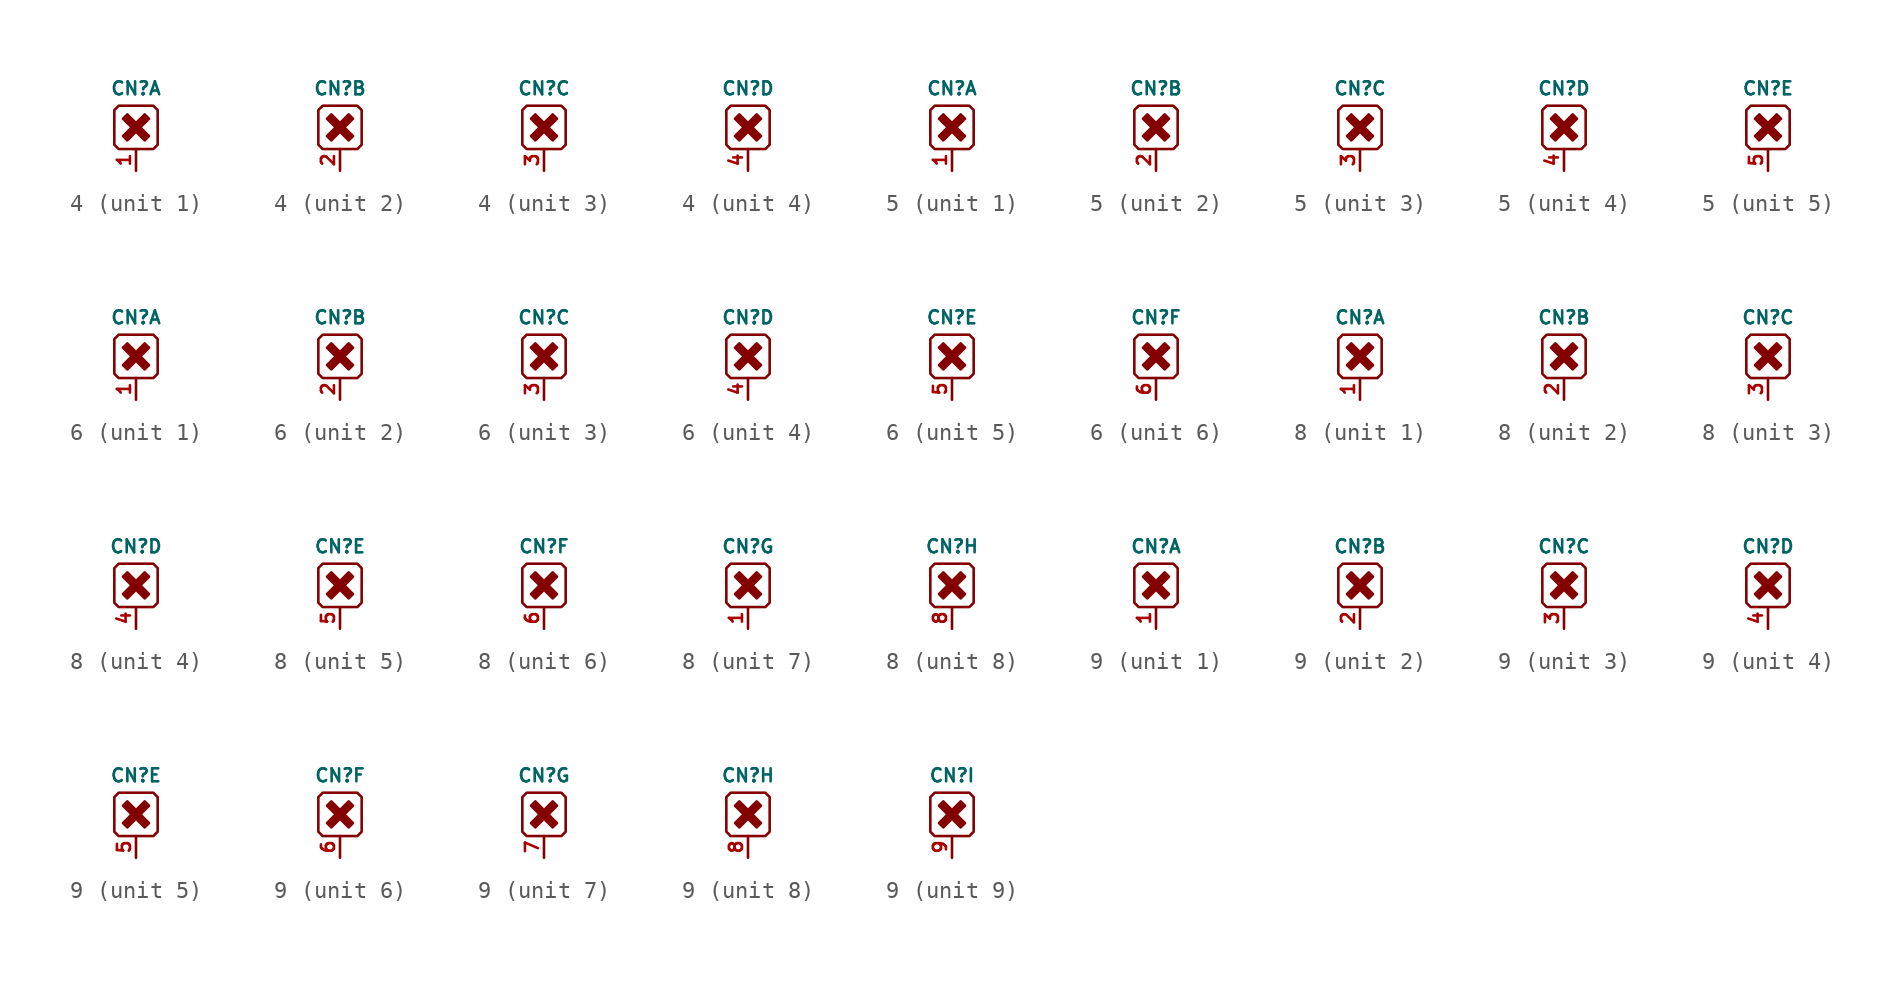
<source format=kicad_sym>
(kicad_symbol_lib
  (version 20220914)
  (generator kicad_symbol_editor)
  (symbol "4"
    (pin_names
      (offset 0) hide)
    (property "Reference" "CN"
      (at 0 4.826 0)
      (effects (font (size 0.762 0.762))))
    (symbol "4_0_1"
      (polyline (pts (xy 0 1.27) (xy -1.016 1.27) (xy -1.27 1.524) (xy -1.27 3.556) (xy -1.016 3.81) (xy 1.016 3.81) (xy 1.27 3.556) (xy 1.27 1.524) (xy 1.016 1.27) (xy 0 1.27)) (stroke (width 0) (type solid)) (fill (type none)))
      (polyline (pts (xy -0.508 1.778) (xy -0.762 2.032) (xy -0.254 2.54) (xy -0.762 3.048) (xy -0.508 3.302) (xy 0 2.794) (xy 0.508 3.302) (xy 0.762 3.048) (xy 0.254 2.54) (xy 0.762 2.032) (xy 0.508 1.778) (xy 0 2.286) (xy -0.508 1.778)) (stroke (width 0) (type solid)) (fill (type outline))))
    (symbol "4_1_1"
      (pin passive line (at 0 0 90) (length 1.27) (name "CN" (effects (font (size 0.762 0.762)))) (number "1" (effects (font (size 0.762 0.762))))))
    (symbol "4_2_1"
      (pin passive line (at 0 0 90) (length 1.27) (name "CN" (effects (font (size 0.762 0.762)))) (number "2" (effects (font (size 0.762 0.762))))))
    (symbol "4_3_1"
      (pin passive line (at 0 0 90) (length 1.27) (name "CN" (effects (font (size 0.762 0.762)))) (number "3" (effects (font (size 0.762 0.762))))))
    (symbol "4_4_1"
      (pin passive line (at 0 0 90) (length 1.27) (name "CN" (effects (font (size 0.762 0.762)))) (number "4" (effects (font (size 0.762 0.762)))))))
  (symbol "5"
    (pin_names
      (offset 0) hide)
    (property "Reference" "CN"
      (at 0 4.826 0)
      (effects (font (size 0.762 0.762))))
    (symbol "5_0_1"
      (polyline (pts (xy 0 1.27) (xy -1.016 1.27) (xy -1.27 1.524) (xy -1.27 3.556) (xy -1.016 3.81) (xy 1.016 3.81) (xy 1.27 3.556) (xy 1.27 1.524) (xy 1.016 1.27) (xy 0 1.27)) (stroke (width 0) (type solid)) (fill (type none)))
      (polyline (pts (xy -0.508 1.778) (xy -0.762 2.032) (xy -0.254 2.54) (xy -0.762 3.048) (xy -0.508 3.302) (xy 0 2.794) (xy 0.508 3.302) (xy 0.762 3.048) (xy 0.254 2.54) (xy 0.762 2.032) (xy 0.508 1.778) (xy 0 2.286) (xy -0.508 1.778)) (stroke (width 0) (type solid)) (fill (type outline))))
    (symbol "5_1_1"
      (pin passive line (at 0 0 90) (length 1.27) (name "CN" (effects (font (size 0.762 0.762)))) (number "1" (effects (font (size 0.762 0.762))))))
    (symbol "5_2_1"
      (pin passive line (at 0 0 90) (length 1.27) (name "CN" (effects (font (size 0.762 0.762)))) (number "2" (effects (font (size 0.762 0.762))))))
    (symbol "5_3_1"
      (pin passive line (at 0 0 90) (length 1.27) (name "CN" (effects (font (size 0.762 0.762)))) (number "3" (effects (font (size 0.762 0.762))))))
    (symbol "5_4_1"
      (pin passive line (at 0 0 90) (length 1.27) (name "CN" (effects (font (size 0.762 0.762)))) (number "4" (effects (font (size 0.762 0.762))))))
    (symbol "5_5_1"
      (pin passive line (at 0 0 90) (length 1.27) (name "CN" (effects (font (size 0.762 0.762)))) (number "5" (effects (font (size 0.762 0.762)))))))
  (symbol "6"
    (pin_names
      (offset 0) hide)
    (property "Reference" "CN"
      (at 0 4.826 0)
      (effects (font (size 0.762 0.762))))
    (symbol "6_0_1"
      (polyline (pts (xy 0 1.27) (xy -1.016 1.27) (xy -1.27 1.524) (xy -1.27 3.556) (xy -1.016 3.81) (xy 1.016 3.81) (xy 1.27 3.556) (xy 1.27 1.524) (xy 1.016 1.27) (xy 0 1.27)) (stroke (width 0) (type solid)) (fill (type none)))
      (polyline (pts (xy -0.508 1.778) (xy -0.762 2.032) (xy -0.254 2.54) (xy -0.762 3.048) (xy -0.508 3.302) (xy 0 2.794) (xy 0.508 3.302) (xy 0.762 3.048) (xy 0.254 2.54) (xy 0.762 2.032) (xy 0.508 1.778) (xy 0 2.286) (xy -0.508 1.778)) (stroke (width 0) (type solid)) (fill (type outline))))
    (symbol "6_1_1"
      (pin passive line (at 0 0 90) (length 1.27) (name "CN" (effects (font (size 0.762 0.762)))) (number "1" (effects (font (size 0.762 0.762))))))
    (symbol "6_2_1"
      (pin passive line (at 0 0 90) (length 1.27) (name "CN" (effects (font (size 0.762 0.762)))) (number "2" (effects (font (size 0.762 0.762))))))
    (symbol "6_3_1"
      (pin passive line (at 0 0 90) (length 1.27) (name "CN" (effects (font (size 0.762 0.762)))) (number "3" (effects (font (size 0.762 0.762))))))
    (symbol "6_4_1"
      (pin passive line (at 0 0 90) (length 1.27) (name "CN" (effects (font (size 0.762 0.762)))) (number "4" (effects (font (size 0.762 0.762))))))
    (symbol "6_5_1"
      (pin passive line (at 0 0 90) (length 1.27) (name "CN" (effects (font (size 0.762 0.762)))) (number "5" (effects (font (size 0.762 0.762))))))
    (symbol "6_6_1"
      (pin passive line (at 0 0 90) (length 1.27) (name "CN" (effects (font (size 0.762 0.762)))) (number "6" (effects (font (size 0.762 0.762)))))))
  (symbol "8"
    (pin_names
      (offset 0) hide)
    (property "Reference" "CN"
      (at 0 4.826 0)
      (effects (font (size 0.762 0.762))))
    (symbol "8_0_1"
      (polyline (pts (xy 0 1.27) (xy -1.016 1.27) (xy -1.27 1.524) (xy -1.27 3.556) (xy -1.016 3.81) (xy 1.016 3.81) (xy 1.27 3.556) (xy 1.27 1.524) (xy 1.016 1.27) (xy 0 1.27)) (stroke (width 0) (type solid)) (fill (type none)))
      (polyline (pts (xy -0.508 1.778) (xy -0.762 2.032) (xy -0.254 2.54) (xy -0.762 3.048) (xy -0.508 3.302) (xy 0 2.794) (xy 0.508 3.302) (xy 0.762 3.048) (xy 0.254 2.54) (xy 0.762 2.032) (xy 0.508 1.778) (xy 0 2.286) (xy -0.508 1.778)) (stroke (width 0) (type solid)) (fill (type outline))))
    (symbol "8_1_1"
      (pin passive line (at 0 0 90) (length 1.27) (name "CN" (effects (font (size 0.762 0.762)))) (number "1" (effects (font (size 0.762 0.762))))))
    (symbol "8_2_1"
      (pin passive line (at 0 0 90) (length 1.27) (name "CN" (effects (font (size 0.762 0.762)))) (number "2" (effects (font (size 0.762 0.762))))))
    (symbol "8_3_1"
      (pin passive line (at 0 0 90) (length 1.27) (name "CN" (effects (font (size 0.762 0.762)))) (number "3" (effects (font (size 0.762 0.762))))))
    (symbol "8_4_1"
      (pin passive line (at 0 0 90) (length 1.27) (name "CN" (effects (font (size 0.762 0.762)))) (number "4" (effects (font (size 0.762 0.762))))))
    (symbol "8_5_1"
      (pin passive line (at 0 0 90) (length 1.27) (name "CN" (effects (font (size 0.762 0.762)))) (number "5" (effects (font (size 0.762 0.762))))))
    (symbol "8_6_1"
      (pin passive line (at 0 0 90) (length 1.27) (name "CN" (effects (font (size 0.762 0.762)))) (number "6" (effects (font (size 0.762 0.762))))))
    (symbol "8_7_1"
      (pin passive line (at 0 0 90) (length 1.27) (name "CN" (effects (font (size 0.762 0.762)))) (number "1" (effects (font (size 0.762 0.762))))))
    (symbol "8_8_1"
      (pin passive line (at 0 0 90) (length 1.27) (name "CN" (effects (font (size 0.762 0.762)))) (number "8" (effects (font (size 0.762 0.762)))))))
  (symbol "9"
    (pin_names
      (offset 0) hide)
    (property "Reference" "CN"
      (at 0 4.826 0)
      (effects (font (size 0.762 0.762))))
    (symbol "9_0_1"
      (polyline (pts (xy 0 1.27) (xy -1.016 1.27) (xy -1.27 1.524) (xy -1.27 3.556) (xy -1.016 3.81) (xy 1.016 3.81) (xy 1.27 3.556) (xy 1.27 1.524) (xy 1.016 1.27) (xy 0 1.27)) (stroke (width 0) (type solid)) (fill (type none)))
      (polyline (pts (xy -0.508 1.778) (xy -0.762 2.032) (xy -0.254 2.54) (xy -0.762 3.048) (xy -0.508 3.302) (xy 0 2.794) (xy 0.508 3.302) (xy 0.762 3.048) (xy 0.254 2.54) (xy 0.762 2.032) (xy 0.508 1.778) (xy 0 2.286) (xy -0.508 1.778)) (stroke (width 0) (type solid)) (fill (type outline))))
    (symbol "9_1_1"
      (pin passive line (at 0 0 90) (length 1.27) (name "CN" (effects (font (size 0.762 0.762)))) (number "1" (effects (font (size 0.762 0.762))))))
    (symbol "9_2_1"
      (pin passive line (at 0 0 90) (length 1.27) (name "CN" (effects (font (size 0.762 0.762)))) (number "2" (effects (font (size 0.762 0.762))))))
    (symbol "9_3_1"
      (pin passive line (at 0 0 90) (length 1.27) (name "CN" (effects (font (size 0.762 0.762)))) (number "3" (effects (font (size 0.762 0.762))))))
    (symbol "9_4_1"
      (pin passive line (at 0 0 90) (length 1.27) (name "CN" (effects (font (size 0.762 0.762)))) (number "4" (effects (font (size 0.762 0.762))))))
    (symbol "9_5_1"
      (pin passive line (at 0 0 90) (length 1.27) (name "CN" (effects (font (size 0.762 0.762)))) (number "5" (effects (font (size 0.762 0.762))))))
    (symbol "9_6_1"
      (pin passive line (at 0 0 90) (length 1.27) (name "CN" (effects (font (size 0.762 0.762)))) (number "6" (effects (font (size 0.762 0.762))))))
    (symbol "9_7_1"
      (pin passive line (at 0 0 90) (length 1.27) (name "CN" (effects (font (size 0.762 0.762)))) (number "7" (effects (font (size 0.762 0.762))))))
    (symbol "9_8_1"
      (pin passive line (at 0 0 90) (length 1.27) (name "CN" (effects (font (size 0.762 0.762)))) (number "8" (effects (font (size 0.762 0.762))))))
    (symbol "9_9_1"
      (pin passive line (at 0 0 90) (length 1.27) (name "CN" (effects (font (size 0.762 0.762)))) (number "9" (effects (font (size 0.762 0.762))))))))
</source>
